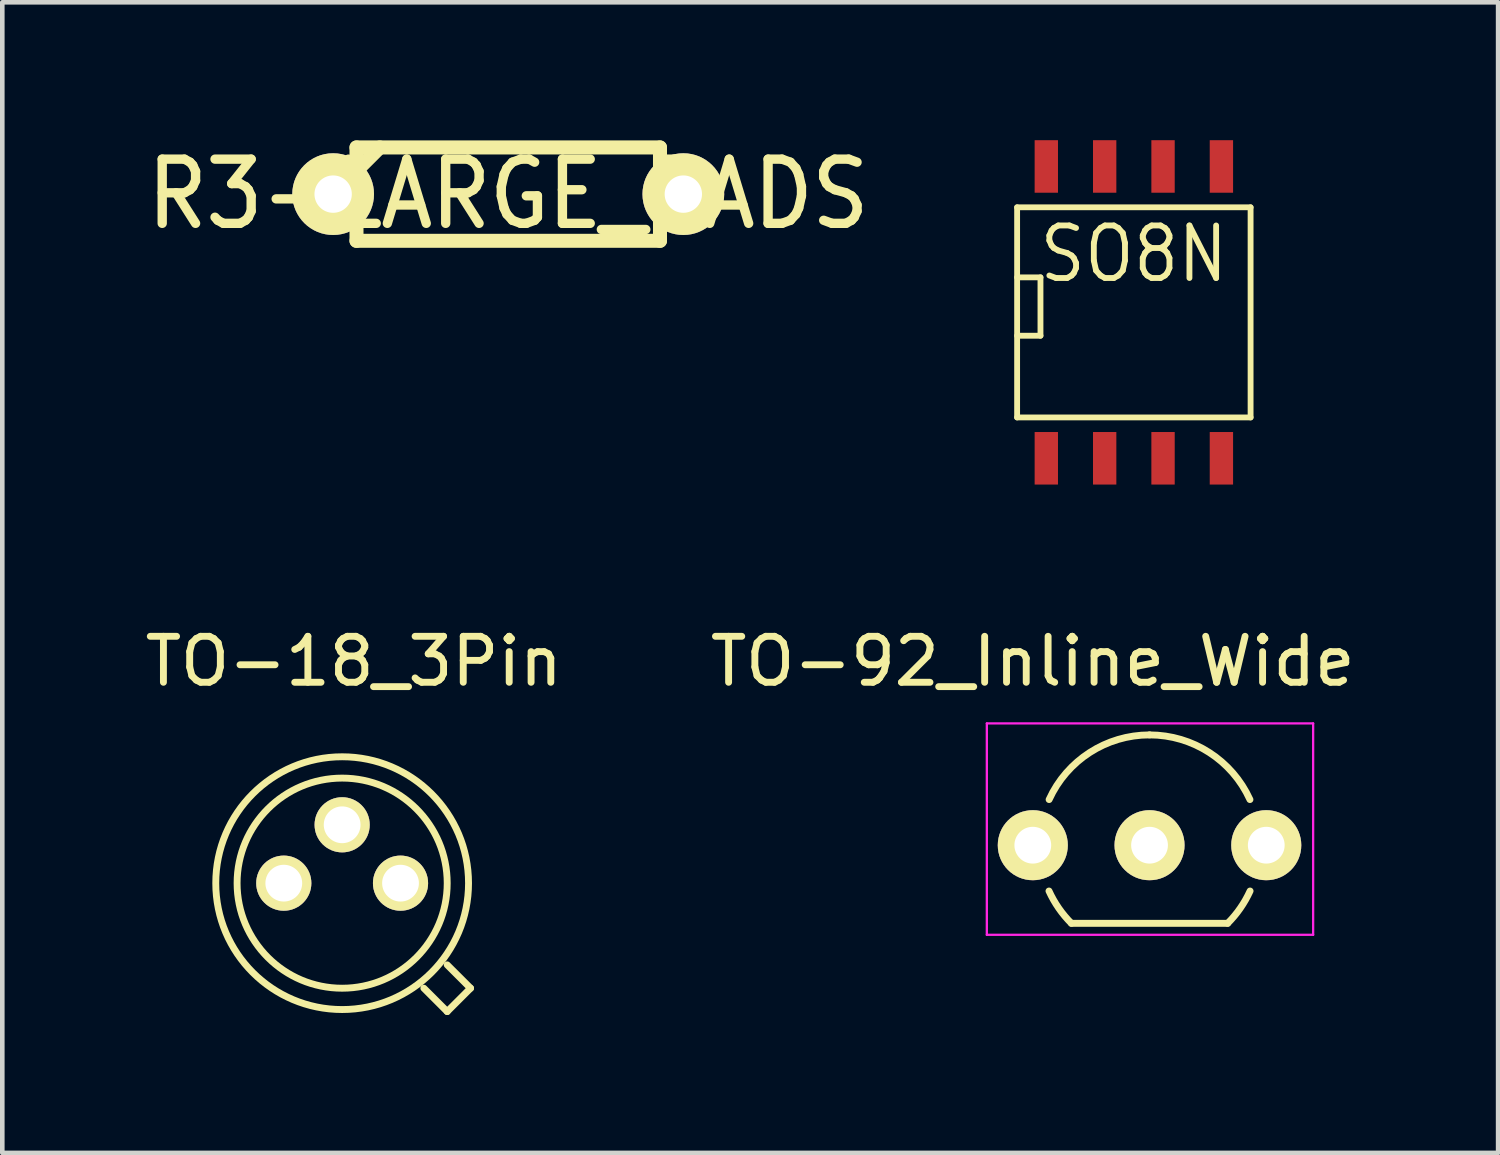
<source format=kicad_pcb>
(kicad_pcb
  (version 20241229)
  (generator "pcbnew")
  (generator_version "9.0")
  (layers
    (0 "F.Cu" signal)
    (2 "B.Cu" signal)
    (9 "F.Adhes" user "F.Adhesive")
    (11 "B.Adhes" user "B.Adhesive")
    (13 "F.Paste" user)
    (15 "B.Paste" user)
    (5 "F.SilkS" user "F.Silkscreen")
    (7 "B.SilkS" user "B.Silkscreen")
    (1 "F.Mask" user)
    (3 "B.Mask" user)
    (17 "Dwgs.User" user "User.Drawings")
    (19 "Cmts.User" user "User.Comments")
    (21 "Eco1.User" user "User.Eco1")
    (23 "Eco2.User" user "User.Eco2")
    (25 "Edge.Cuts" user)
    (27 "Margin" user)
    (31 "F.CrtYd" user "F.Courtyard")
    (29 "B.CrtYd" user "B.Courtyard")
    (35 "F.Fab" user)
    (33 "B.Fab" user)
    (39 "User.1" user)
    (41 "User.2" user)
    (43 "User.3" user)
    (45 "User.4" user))
  (footprint "SO8N"
    (layer "F.Cu")
    (at 21.622 3.747)
    (property "Reference" "SO8N" (at 0 -1.27 0) (layer "F.SilkS") (effects (font (size 1.143 1.016) (thickness 0.127))))
    (attr smd)
    (fp_line (start -2.54 -2.286) (end 2.54 -2.286) (stroke (width 0.127) (type solid)) (layer "F.SilkS"))
    (fp_line (start -2.54 -0.762) (end -2.032 -0.762) (stroke (width 0.127) (type solid)) (layer "F.SilkS"))
    (fp_line (start -2.54 2.286) (end -2.54 -2.286) (stroke (width 0.127) (type solid)) (layer "F.SilkS"))
    (fp_line (start -2.032 -0.762) (end -2.032 0.508) (stroke (width 0.127) (type solid)) (layer "F.SilkS"))
    (fp_line (start -2.032 0.508) (end -2.54 0.508) (stroke (width 0.127) (type solid)) (layer "F.SilkS"))
    (fp_line (start 2.54 -2.286) (end 2.54 2.286) (stroke (width 0.127) (type solid)) (layer "F.SilkS"))
    (fp_line (start 2.54 2.286) (end -2.54 2.286) (stroke (width 0.127) (type solid)) (layer "F.SilkS"))
    (pad "1" smd rect (at -1.905 3.175) (size 0.508 1.143) (layers "F.Cu" "F.Mask" "F.Paste"))
    (pad "2" smd rect (at -0.635 3.175) (size 0.508 1.143) (layers "F.Cu" "F.Mask" "F.Paste"))
    (pad "3" smd rect (at 0.635 3.175) (size 0.508 1.143) (layers "F.Cu" "F.Mask" "F.Paste"))
    (pad "4" smd rect (at 1.905 3.175) (size 0.508 1.143) (layers "F.Cu" "F.Mask" "F.Paste"))
    (pad "5" smd rect (at 1.905 -3.175) (size 0.508 1.143) (layers "F.Cu" "F.Mask" "F.Paste"))
    (pad "6" smd rect (at 0.635 -3.175) (size 0.508 1.143) (layers "F.Cu" "F.Mask" "F.Paste"))
    (pad "7" smd rect (at -0.635 -3.175) (size 0.508 1.143) (layers "F.Cu" "F.Mask" "F.Paste"))
    (pad "8" smd rect (at -1.905 -3.175) (size 0.508 1.143) (layers "F.Cu" "F.Mask" "F.Paste")))
  (footprint "TO-92_Inline_Wide"
    (layer "F.Cu")
    (at 19.423 15.341)
    (property "Reference" "TO-92_Inline_Wide" (at 0 -4 180) (layer "F.SilkS") (effects (font (size 1 1) (thickness 0.15))))
    (attr through_hole)
    (fp_line (start 0.84 1.7) (end 4.24 1.7) (stroke (width 0.15) (type solid)) (layer "F.SilkS"))
    (fp_arc (start 0.355121 -0.993127) (mid 1.240675 -2.017858) (end 2.54 -2.4) (stroke (width 0.15) (type solid)) (layer "F.SilkS"))
    (fp_arc (start 0.84 1.7) (mid 0.564627 1.370365) (end 0.352305 0.99699) (stroke (width 0.15) (type solid)) (layer "F.SilkS"))
    (fp_arc (start 2.54 -2.4) (mid 3.839326 -2.017858) (end 4.724879 -0.993127) (stroke (width 0.15) (type solid)) (layer "F.SilkS"))
    (fp_arc (start 4.727695 0.99699) (mid 4.515373 1.370365) (end 4.24 1.7) (stroke (width 0.15) (type solid)) (layer "F.SilkS"))
    (fp_line (start -1 -2.65) (end 6.1 -2.65) (stroke (width 0.05) (type solid)) (layer "F.CrtYd"))
    (fp_line (start -1 1.95) (end -1 -2.65) (stroke (width 0.05) (type solid)) (layer "F.CrtYd"))
    (fp_line (start -1 1.95) (end 6.1 1.95) (stroke (width 0.05) (type solid)) (layer "F.CrtYd"))
    (fp_line (start 6.1 1.95) (end 6.1 -2.65) (stroke (width 0.05) (type solid)) (layer "F.CrtYd"))
    (pad "1" thru_hole circle (at 0 0 90) (size 1.524 1.524) (drill 0.8) (layers "*.Cu" "*.Mask" "F.SilkS"))
    (pad "2" thru_hole circle (at 2.54 0 90) (size 1.524 1.524) (drill 0.8) (layers "*.Cu" "*.Mask" "F.SilkS"))
    (pad "3" thru_hole circle (at 5.08 0 90) (size 1.524 1.524) (drill 0.8) (layers "*.Cu" "*.Mask" "F.SilkS")))
  (footprint "R3-LARGE_PADS"
    (layer "F.Cu")
    (at 8.009 1.174)
    (property "Reference" "R3-LARGE_PADS" (at 0 0 0) (layer "F.SilkS") (effects (font (size 1.397 1.27) (thickness 0.203))))
    (attr through_hole)
    (fp_line (start -3.81 0) (end -3.302 0) (stroke (width 0.305) (type solid)) (layer "F.SilkS"))
    (fp_line (start -3.302 -1.016) (end -3.302 1.016) (stroke (width 0.305) (type solid)) (layer "F.SilkS"))
    (fp_line (start -3.302 -0.508) (end -2.794 -1.016) (stroke (width 0.305) (type solid)) (layer "F.SilkS"))
    (fp_line (start -3.302 1.016) (end 3.302 1.016) (stroke (width 0.305) (type solid)) (layer "F.SilkS"))
    (fp_line (start 3.302 -1.016) (end -3.302 -1.016) (stroke (width 0.305) (type solid)) (layer "F.SilkS"))
    (fp_line (start 3.302 0) (end 3.302 -1.016) (stroke (width 0.305) (type solid)) (layer "F.SilkS"))
    (fp_line (start 3.302 1.016) (end 3.302 0) (stroke (width 0.305) (type solid)) (layer "F.SilkS"))
    (fp_line (start 3.81 0) (end 3.302 0) (stroke (width 0.305) (type solid)) (layer "F.SilkS"))
    (pad "1" thru_hole circle (at -3.81 0) (size 1.778 1.778) (drill 0.813) (layers "*.Cu" "*.Mask" "F.SilkS"))
    (pad "2" thru_hole circle (at 3.81 0) (size 1.778 1.778) (drill 0.813) (layers "*.Cu" "*.Mask" "F.SilkS")))
  (footprint "TO-18_3Pin"
    (layer "F.Cu")
    (at 4.395 16.167)
    (property "Reference" "TO-18_3Pin" (at 0.254 -4.826 0) (layer "F.SilkS") (effects (font (size 1 1) (thickness 0.15))))
    (attr through_hole)
    (fp_line (start 1.778 2.286) (end 2.286 2.794) (stroke (width 0.15) (type solid)) (layer "F.SilkS"))
    (fp_line (start 2.286 2.794) (end 2.794 2.286) (stroke (width 0.15) (type solid)) (layer "F.SilkS"))
    (fp_line (start 2.794 2.286) (end 2.286 1.778) (stroke (width 0.15) (type solid)) (layer "F.SilkS"))
    (fp_circle (center 0 0) (end 2.286 0) (stroke (width 0.15) (type solid)) (fill no) (layer "F.SilkS"))
    (fp_circle (center 0 0) (end 2.75 0) (stroke (width 0.15) (type solid)) (fill no) (layer "F.SilkS"))
    (pad "1" thru_hole circle (at 1.27 0) (size 1.2 1.2) (drill 0.8) (layers "*.Cu" "*.Mask" "F.SilkS"))
    (pad "2" thru_hole circle (at 0 -1.27) (size 1.2 1.2) (drill 0.8) (layers "*.Cu" "*.Mask" "F.SilkS"))
    (pad "3" thru_hole circle (at -1.27 0) (size 1.2 1.2) (drill 0.8) (layers "*.Cu" "*.Mask" "F.SilkS")))
  (gr_rect
    (start -3 -3)
    (end 29.548 22.036)
    (stroke (width 0.1) (type default))
    (fill no)
    (layer "Edge.Cuts")))
</source>
